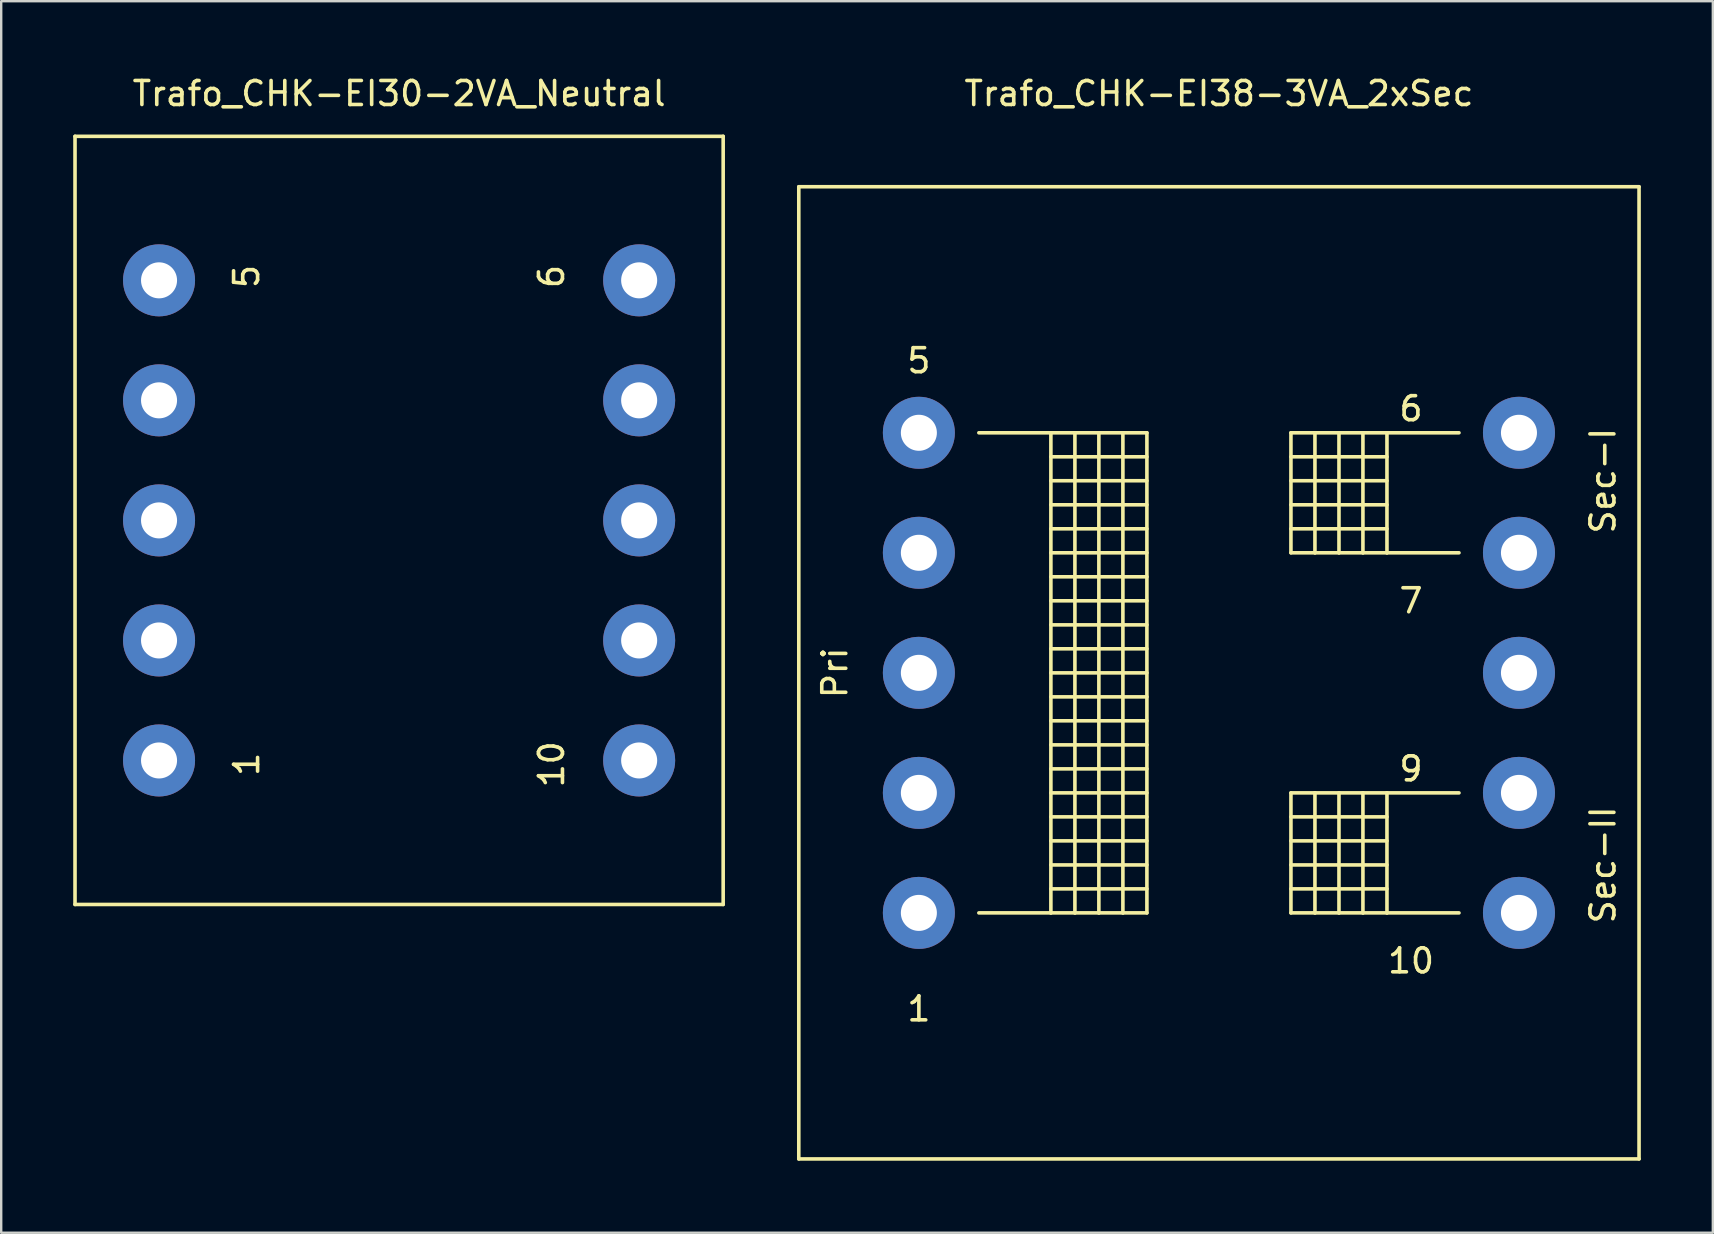
<source format=kicad_pcb>
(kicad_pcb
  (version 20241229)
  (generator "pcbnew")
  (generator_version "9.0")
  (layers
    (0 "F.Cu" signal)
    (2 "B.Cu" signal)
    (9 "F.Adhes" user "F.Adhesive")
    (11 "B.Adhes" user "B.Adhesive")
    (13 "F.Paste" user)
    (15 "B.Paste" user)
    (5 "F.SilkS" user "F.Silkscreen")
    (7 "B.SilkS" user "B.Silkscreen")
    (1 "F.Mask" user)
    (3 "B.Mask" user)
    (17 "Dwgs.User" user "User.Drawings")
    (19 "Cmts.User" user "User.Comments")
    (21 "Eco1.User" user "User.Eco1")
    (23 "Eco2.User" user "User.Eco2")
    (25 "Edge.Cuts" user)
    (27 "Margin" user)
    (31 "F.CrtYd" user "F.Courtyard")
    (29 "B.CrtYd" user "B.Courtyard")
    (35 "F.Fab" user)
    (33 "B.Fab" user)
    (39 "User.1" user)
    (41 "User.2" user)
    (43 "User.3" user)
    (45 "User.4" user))
  (footprint "Trafo_CHK-EI30-2VA_Neutral"
    (layer "F.Cu")
    (at 13.575 18.628)
    (property "Reference" "Trafo_CHK-EI30-2VA_Neutral" (at 0 -17.78 0) (layer "F.SilkS") (effects (font (size 1 1) (thickness 0.15))))
    (attr through_hole)
    (fp_line (start -13.5 -15.999) (end -13.5 15.999) (stroke (width 0.15) (type solid)) (layer "F.SilkS"))
    (fp_line (start -13.5 15.999) (end 13.5 15.999) (stroke (width 0.15) (type solid)) (layer "F.SilkS"))
    (fp_line (start 13.5 -15.999) (end -13.5 -15.999) (stroke (width 0.15) (type solid)) (layer "F.SilkS"))
    (fp_line (start 13.5 15.999) (end 13.5 -15.999) (stroke (width 0.15) (type solid)) (layer "F.SilkS"))
    (fp_text user "6" (at 6.35 -10.16 90) (layer "F.SilkS") (effects (font (size 1 1) (thickness 0.15))))
    (fp_text user "1" (at -6.35 10.16 90) (layer "F.SilkS") (effects (font (size 1 1) (thickness 0.15))))
    (fp_text user "10" (at 6.35 10.16 90) (layer "F.SilkS") (effects (font (size 1 1) (thickness 0.15))))
    (fp_text user "5" (at -6.35 -10.16 90) (layer "F.SilkS") (effects (font (size 1 1) (thickness 0.15))))
    (pad "1" thru_hole circle (at -10 10) (size 3 3) (drill 1.501) (layers "*.Cu" "*.Mask"))
    (pad "2" thru_hole circle (at -10 5.001) (size 3 3) (drill 1.501) (layers "*.Cu" "*.Mask"))
    (pad "3" thru_hole circle (at -10 0) (size 3 3) (drill 1.501) (layers "*.Cu" "*.Mask"))
    (pad "4" thru_hole circle (at -10 -5.001) (size 3 3) (drill 1.501) (layers "*.Cu" "*.Mask"))
    (pad "5" thru_hole circle (at -10 -10) (size 3 3) (drill 1.501) (layers "*.Cu" "*.Mask"))
    (pad "6" thru_hole circle (at 10 -10) (size 3 3) (drill 1.501) (layers "*.Cu" "*.Mask"))
    (pad "7" thru_hole circle (at 10 -5.001) (size 3 3) (drill 1.501) (layers "*.Cu" "*.Mask"))
    (pad "8" thru_hole circle (at 10 0) (size 3 3) (drill 1.501) (layers "*.Cu" "*.Mask"))
    (pad "9" thru_hole circle (at 10 5.001) (size 3 3) (drill 1.501) (layers "*.Cu" "*.Mask"))
    (pad "10" thru_hole circle (at 10 10) (size 3 3) (drill 1.501) (layers "*.Cu" "*.Mask")))
  (footprint "Trafo_CHK-EI38-3VA_2xSec"
    (layer "F.Cu")
    (at 47.726 24.978)
    (property "Reference" "Trafo_CHK-EI38-3VA_2xSec" (at 0 -24.13 0) (layer "F.SilkS") (effects (font (size 1 1) (thickness 0.15))))
    (attr through_hole)
    (fp_line (start -17.501 -20.249) (end -17.501 20.249) (stroke (width 0.15) (type solid)) (layer "F.SilkS"))
    (fp_line (start -17.501 20.249) (end 17.501 20.249) (stroke (width 0.15) (type solid)) (layer "F.SilkS"))
    (fp_line (start -10 -10) (end -7 -10) (stroke (width 0.15) (type solid)) (layer "F.SilkS"))
    (fp_line (start -7 -10) (end -7 10) (stroke (width 0.15) (type solid)) (layer "F.SilkS"))
    (fp_line (start -7 -10) (end -5.999 -10) (stroke (width 0.15) (type solid)) (layer "F.SilkS"))
    (fp_line (start -7 -8.999) (end -3 -8.999) (stroke (width 0.15) (type solid)) (layer "F.SilkS"))
    (fp_line (start -7 -8.001) (end -3 -8.001) (stroke (width 0.15) (type solid)) (layer "F.SilkS"))
    (fp_line (start -7 -7) (end -3 -7) (stroke (width 0.15) (type solid)) (layer "F.SilkS"))
    (fp_line (start -7 -5.999) (end -3 -5.999) (stroke (width 0.15) (type solid)) (layer "F.SilkS"))
    (fp_line (start -7 -5.001) (end -3 -5.001) (stroke (width 0.15) (type solid)) (layer "F.SilkS"))
    (fp_line (start -7 -4) (end -3 -4) (stroke (width 0.15) (type solid)) (layer "F.SilkS"))
    (fp_line (start -7 -3) (end -3 -3) (stroke (width 0.15) (type solid)) (layer "F.SilkS"))
    (fp_line (start -7 -1.999) (end -3 -1.999) (stroke (width 0.15) (type solid)) (layer "F.SilkS"))
    (fp_line (start -7 -1.001) (end -3 -1.001) (stroke (width 0.15) (type solid)) (layer "F.SilkS"))
    (fp_line (start -7 0) (end -3 0) (stroke (width 0.15) (type solid)) (layer "F.SilkS"))
    (fp_line (start -7 1.001) (end -3 1.001) (stroke (width 0.15) (type solid)) (layer "F.SilkS"))
    (fp_line (start -7 1.999) (end -3 1.999) (stroke (width 0.15) (type solid)) (layer "F.SilkS"))
    (fp_line (start -7 3) (end -3 3) (stroke (width 0.15) (type solid)) (layer "F.SilkS"))
    (fp_line (start -7 4) (end -3 4) (stroke (width 0.15) (type solid)) (layer "F.SilkS"))
    (fp_line (start -7 5.001) (end -3 5.001) (stroke (width 0.15) (type solid)) (layer "F.SilkS"))
    (fp_line (start -7 5.999) (end -3 5.999) (stroke (width 0.15) (type solid)) (layer "F.SilkS"))
    (fp_line (start -7 7) (end -3 7) (stroke (width 0.15) (type solid)) (layer "F.SilkS"))
    (fp_line (start -7 8.001) (end -3 8.001) (stroke (width 0.15) (type solid)) (layer "F.SilkS"))
    (fp_line (start -7 8.999) (end -3 8.999) (stroke (width 0.15) (type solid)) (layer "F.SilkS"))
    (fp_line (start -7 10) (end -10 10) (stroke (width 0.15) (type solid)) (layer "F.SilkS"))
    (fp_line (start -5.999 -10) (end -5.999 10) (stroke (width 0.15) (type solid)) (layer "F.SilkS"))
    (fp_line (start -5.999 -10) (end -5.001 -10) (stroke (width 0.15) (type solid)) (layer "F.SilkS"))
    (fp_line (start -5.999 10) (end -7 10) (stroke (width 0.15) (type solid)) (layer "F.SilkS"))
    (fp_line (start -5.001 -10) (end -5.001 10) (stroke (width 0.15) (type solid)) (layer "F.SilkS"))
    (fp_line (start -5.001 -10) (end -4 -10) (stroke (width 0.15) (type solid)) (layer "F.SilkS"))
    (fp_line (start -5.001 10) (end -5.999 10) (stroke (width 0.15) (type solid)) (layer "F.SilkS"))
    (fp_line (start -4 -10) (end -4 10) (stroke (width 0.15) (type solid)) (layer "F.SilkS"))
    (fp_line (start -4 -10) (end -3 -10) (stroke (width 0.15) (type solid)) (layer "F.SilkS"))
    (fp_line (start -4 10) (end -5.001 10) (stroke (width 0.15) (type solid)) (layer "F.SilkS"))
    (fp_line (start -3 -10) (end -3 10) (stroke (width 0.15) (type solid)) (layer "F.SilkS"))
    (fp_line (start -3 10) (end -4 10) (stroke (width 0.15) (type solid)) (layer "F.SilkS"))
    (fp_line (start 3 -10) (end 3 -5.001) (stroke (width 0.15) (type solid)) (layer "F.SilkS"))
    (fp_line (start 3 -8.999) (end 7 -8.999) (stroke (width 0.15) (type solid)) (layer "F.SilkS"))
    (fp_line (start 3 -7) (end 7 -7) (stroke (width 0.15) (type solid)) (layer "F.SilkS"))
    (fp_line (start 3 -5.001) (end 4 -5.001) (stroke (width 0.15) (type solid)) (layer "F.SilkS"))
    (fp_line (start 3 5.001) (end 3 10) (stroke (width 0.15) (type solid)) (layer "F.SilkS"))
    (fp_line (start 3 5.999) (end 7 5.999) (stroke (width 0.15) (type solid)) (layer "F.SilkS"))
    (fp_line (start 3 7) (end 7 7) (stroke (width 0.15) (type solid)) (layer "F.SilkS"))
    (fp_line (start 3 8.001) (end 7 8.001) (stroke (width 0.15) (type solid)) (layer "F.SilkS"))
    (fp_line (start 3 8.999) (end 7 8.999) (stroke (width 0.15) (type solid)) (layer "F.SilkS"))
    (fp_line (start 3 10) (end 4 10) (stroke (width 0.15) (type solid)) (layer "F.SilkS"))
    (fp_line (start 4 -10) (end 3 -10) (stroke (width 0.15) (type solid)) (layer "F.SilkS"))
    (fp_line (start 4 -10) (end 4 -5.001) (stroke (width 0.15) (type solid)) (layer "F.SilkS"))
    (fp_line (start 4 -5.001) (end 5.001 -5.001) (stroke (width 0.15) (type solid)) (layer "F.SilkS"))
    (fp_line (start 4 5.001) (end 3 5.001) (stroke (width 0.15) (type solid)) (layer "F.SilkS"))
    (fp_line (start 4 5.001) (end 4 10) (stroke (width 0.15) (type solid)) (layer "F.SilkS"))
    (fp_line (start 4 10) (end 5.001 10) (stroke (width 0.15) (type solid)) (layer "F.SilkS"))
    (fp_line (start 5.001 -10) (end 4 -10) (stroke (width 0.15) (type solid)) (layer "F.SilkS"))
    (fp_line (start 5.001 -10) (end 5.001 -5.001) (stroke (width 0.15) (type solid)) (layer "F.SilkS"))
    (fp_line (start 5.001 -5.001) (end 5.999 -5.001) (stroke (width 0.15) (type solid)) (layer "F.SilkS"))
    (fp_line (start 5.001 5.001) (end 4 5.001) (stroke (width 0.15) (type solid)) (layer "F.SilkS"))
    (fp_line (start 5.001 5.001) (end 5.001 10) (stroke (width 0.15) (type solid)) (layer "F.SilkS"))
    (fp_line (start 5.001 10) (end 5.999 10) (stroke (width 0.15) (type solid)) (layer "F.SilkS"))
    (fp_line (start 5.999 -10) (end 5.001 -10) (stroke (width 0.15) (type solid)) (layer "F.SilkS"))
    (fp_line (start 5.999 -10) (end 5.999 -5.001) (stroke (width 0.15) (type solid)) (layer "F.SilkS"))
    (fp_line (start 5.999 -5.001) (end 7 -5.001) (stroke (width 0.15) (type solid)) (layer "F.SilkS"))
    (fp_line (start 5.999 5.001) (end 5.001 5.001) (stroke (width 0.15) (type solid)) (layer "F.SilkS"))
    (fp_line (start 5.999 5.001) (end 5.999 10) (stroke (width 0.15) (type solid)) (layer "F.SilkS"))
    (fp_line (start 5.999 10) (end 7 10) (stroke (width 0.15) (type solid)) (layer "F.SilkS"))
    (fp_line (start 7 -10) (end 5.999 -10) (stroke (width 0.15) (type solid)) (layer "F.SilkS"))
    (fp_line (start 7 -10) (end 7 -5.001) (stroke (width 0.15) (type solid)) (layer "F.SilkS"))
    (fp_line (start 7 -8.001) (end 3 -8.001) (stroke (width 0.15) (type solid)) (layer "F.SilkS"))
    (fp_line (start 7 -5.999) (end 3 -5.999) (stroke (width 0.15) (type solid)) (layer "F.SilkS"))
    (fp_line (start 7 -5.001) (end 10 -5.001) (stroke (width 0.15) (type solid)) (layer "F.SilkS"))
    (fp_line (start 7 5.001) (end 5.999 5.001) (stroke (width 0.15) (type solid)) (layer "F.SilkS"))
    (fp_line (start 7 5.001) (end 7 10) (stroke (width 0.15) (type solid)) (layer "F.SilkS"))
    (fp_line (start 7 10) (end 10 10) (stroke (width 0.15) (type solid)) (layer "F.SilkS"))
    (fp_line (start 10 -10) (end 7 -10) (stroke (width 0.15) (type solid)) (layer "F.SilkS"))
    (fp_line (start 10 5.001) (end 7 5.001) (stroke (width 0.15) (type solid)) (layer "F.SilkS"))
    (fp_line (start 17.501 -20.249) (end -17.501 -20.249) (stroke (width 0.15) (type solid)) (layer "F.SilkS"))
    (fp_line (start 17.501 20.249) (end 17.501 -20.249) (stroke (width 0.15) (type solid)) (layer "F.SilkS"))
    (fp_text user "7" (at 8.001 -3 0) (layer "F.SilkS") (effects (font (size 1 1) (thickness 0.15))))
    (fp_text user "9" (at 8.001 4 0) (layer "F.SilkS") (effects (font (size 1 1) (thickness 0.15))))
    (fp_text user "6" (at 8.001 -11.001 0) (layer "F.SilkS") (effects (font (size 1 1) (thickness 0.15))))
    (fp_text user "1" (at -12.499 14 0) (layer "F.SilkS") (effects (font (size 1 1) (thickness 0.15))))
    (fp_text user "10" (at 8.001 11.999 0) (layer "F.SilkS") (effects (font (size 1 1) (thickness 0.15))))
    (fp_text user "Sec-I" (at 15.999 -8.001 90) (layer "F.SilkS") (effects (font (size 1 1) (thickness 0.15))))
    (fp_text user "5" (at -12.499 -13 0) (layer "F.SilkS") (effects (font (size 1 1) (thickness 0.15))))
    (fp_text user "Pri" (at -15.999 0 90) (layer "F.SilkS") (effects (font (size 1 1) (thickness 0.15))))
    (fp_text user "Sec-II" (at 15.999 8.001 90) (layer "F.SilkS") (effects (font (size 1 1) (thickness 0.15))))
    (pad "1" thru_hole circle (at -12.499 10) (size 3 3) (drill 1.501) (layers "*.Cu" "*.Mask"))
    (pad "2" thru_hole circle (at -12.499 5.001) (size 3 3) (drill 1.501) (layers "*.Cu" "*.Mask"))
    (pad "3" thru_hole circle (at -12.499 0) (size 3 3) (drill 1.501) (layers "*.Cu" "*.Mask"))
    (pad "4" thru_hole circle (at -12.499 -5.001) (size 3 3) (drill 1.501) (layers "*.Cu" "*.Mask"))
    (pad "5" thru_hole circle (at -12.499 -10) (size 3 3) (drill 1.501) (layers "*.Cu" "*.Mask"))
    (pad "6" thru_hole circle (at 12.499 -10) (size 3 3) (drill 1.501) (layers "*.Cu" "*.Mask"))
    (pad "7" thru_hole circle (at 12.499 -5.001) (size 3 3) (drill 1.501) (layers "*.Cu" "*.Mask"))
    (pad "8" thru_hole circle (at 12.499 0) (size 3 3) (drill 1.501) (layers "*.Cu" "*.Mask"))
    (pad "9" thru_hole circle (at 12.499 5.001) (size 3 3) (drill 1.501) (layers "*.Cu" "*.Mask"))
    (pad "10" thru_hole circle (at 12.499 10) (size 3 3) (drill 1.501) (layers "*.Cu" "*.Mask")))
  (gr_rect
    (start -3 -3)
    (end 68.301 48.302)
    (stroke (width 0.1) (type default))
    (fill no)
    (layer "Edge.Cuts")))
</source>
